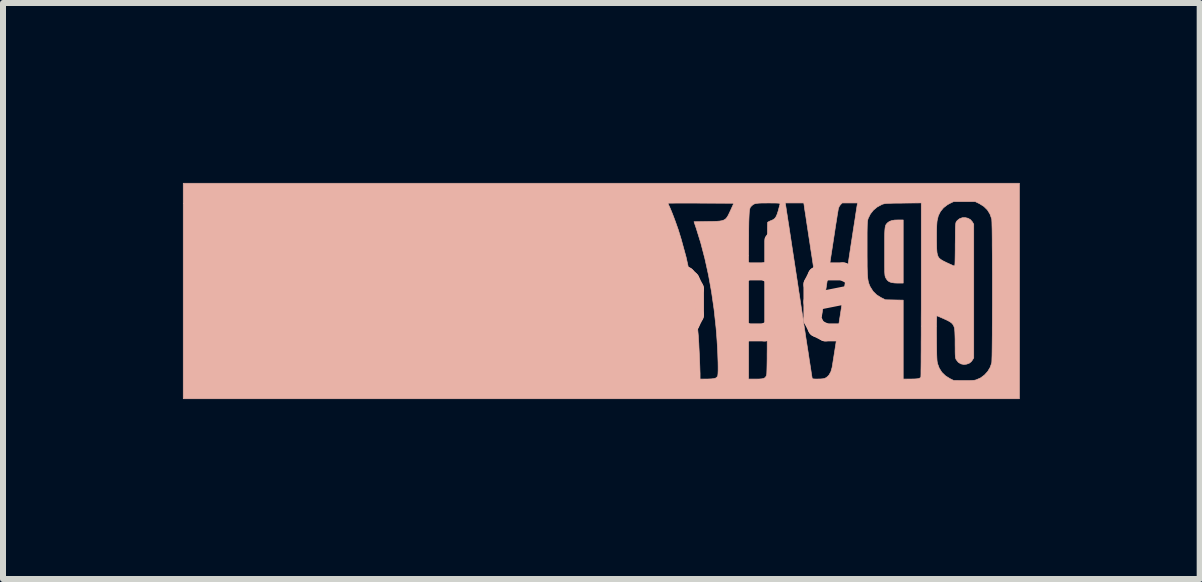
<source format=kicad_pcb>
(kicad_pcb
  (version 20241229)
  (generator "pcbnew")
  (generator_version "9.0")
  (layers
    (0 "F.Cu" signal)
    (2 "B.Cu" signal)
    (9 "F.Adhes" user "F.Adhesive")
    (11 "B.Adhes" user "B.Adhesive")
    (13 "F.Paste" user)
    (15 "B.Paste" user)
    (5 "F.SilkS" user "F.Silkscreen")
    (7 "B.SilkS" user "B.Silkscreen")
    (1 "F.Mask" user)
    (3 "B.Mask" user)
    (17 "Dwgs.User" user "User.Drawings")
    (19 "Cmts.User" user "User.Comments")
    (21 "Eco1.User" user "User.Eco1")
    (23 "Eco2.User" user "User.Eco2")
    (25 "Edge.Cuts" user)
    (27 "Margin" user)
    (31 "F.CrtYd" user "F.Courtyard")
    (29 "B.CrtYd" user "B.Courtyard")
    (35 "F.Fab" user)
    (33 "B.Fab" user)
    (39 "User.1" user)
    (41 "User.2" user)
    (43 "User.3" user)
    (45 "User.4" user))
  (footprint "barcode"
    (layer "F.Cu")
    (at 6.976 1.802)
    (property "Reference" "barcode" (at 0 0 0) (layer "B.SilkS") (effects (font (size 1.524 1.524) (thickness 0.3))))
    (attr through_hole)
    (fp_poly (pts (xy 4.955 -1.185) (xy 4.89 -1.183) (xy 4.84 -1.174) (xy 4.802 -1.159) (xy 4.775 -1.14) (xy 4.763 -1.128) (xy 4.753 -1.116) (xy 4.744 -1.103) (xy 4.738 -1.087) (xy 4.733 -1.066) (xy 4.729 -1.037) (xy 4.726 -1) (xy 4.724 -0.953) (xy 4.723 -0.893) (xy 4.723 -0.82) (xy 4.723 -0.73) (xy 4.723 -0.656) (xy 4.723 -0.559) (xy 4.723 -0.479) (xy 4.723 -0.414) (xy 4.724 -0.363) (xy 4.724 -0.322) (xy 4.726 -0.292) (xy 4.728 -0.269) (xy 4.73 -0.252) (xy 4.734 -0.239) (xy 4.738 -0.228) (xy 4.743 -0.218) (xy 4.744 -0.216) (xy 4.766 -0.182) (xy 4.796 -0.157) (xy 4.835 -0.142) (xy 4.888 -0.134) (xy 4.941 -0.132) (xy 5.033 -0.132) (xy 5.033 -1.185) (xy 4.955 -1.185)) (stroke (width 0.01) (type solid)) (fill yes) (layer "B.SilkS"))
    (fp_poly (pts (xy -6.971 1.797) (xy 6.971 1.797) (xy 6.971 -0.025) (xy 6.52 -0.025) (xy 6.52 0.107) (xy 6.52 0.238) (xy 6.519 0.366) (xy 6.519 0.49) (xy 6.518 0.609) (xy 6.518 0.721) (xy 6.517 0.824) (xy 6.516 0.918) (xy 6.515 1.001) (xy 6.514 1.071) (xy 6.512 1.128) (xy 6.511 1.168) (xy 6.509 1.192) (xy 6.509 1.197) (xy 6.483 1.272) (xy 6.442 1.341) (xy 6.388 1.4) (xy 6.324 1.448) (xy 6.251 1.48) (xy 6.23 1.486) (xy 6.209 1.489) (xy 6.173 1.491) (xy 6.126 1.493) (xy 6.073 1.493) (xy 6.035 1.493) (xy 5.874 1.491) (xy 5.811 1.46) (xy 5.738 1.414) (xy 5.678 1.356) (xy 5.634 1.287) (xy 5.605 1.209) (xy 5.598 1.17) (xy 5.596 1.147) (xy 5.594 1.11) (xy 5.592 1.061) (xy 5.591 1.003) (xy 5.59 0.937) (xy 5.589 0.867) (xy 5.589 0.794) (xy 5.588 0.721) (xy 5.588 0.65) (xy 5.588 0.585) (xy 5.589 0.526) (xy 5.59 0.478) (xy 5.591 0.441) (xy 5.593 0.419) (xy 5.594 0.414) (xy 5.605 0.417) (xy 5.629 0.427) (xy 5.663 0.442) (xy 5.705 0.46) (xy 5.709 0.462) (xy 5.77 0.49) (xy 5.815 0.515) (xy 5.847 0.54) (xy 5.868 0.567) (xy 5.882 0.599) (xy 5.888 0.62) (xy 5.891 0.645) (xy 5.894 0.685) (xy 5.896 0.739) (xy 5.898 0.801) (xy 5.898 0.871) (xy 5.898 0.891) (xy 5.899 0.961) (xy 5.899 1.016) (xy 5.9 1.057) (xy 5.902 1.087) (xy 5.904 1.109) (xy 5.908 1.124) (xy 5.913 1.137) (xy 5.918 1.146) (xy 5.952 1.189) (xy 5.995 1.215) (xy 6.045 1.225) (xy 6.092 1.219) (xy 6.135 1.203) (xy 6.166 1.179) (xy 6.189 1.148) (xy 6.209 1.115) (xy 6.209 0.001) (xy 6.209 -1.113) (xy 6.186 -1.153) (xy 6.154 -1.19) (xy 6.113 -1.213) (xy 6.066 -1.224) (xy 6.018 -1.222) (xy 5.973 -1.206) (xy 5.935 -1.176) (xy 5.924 -1.163) (xy 5.919 -1.155) (xy 5.914 -1.147) (xy 5.911 -1.136) (xy 5.908 -1.12) (xy 5.906 -1.098) (xy 5.904 -1.068) (xy 5.903 -1.028) (xy 5.902 -0.976) (xy 5.902 -0.91) (xy 5.901 -0.828) (xy 5.9 -0.773) (xy 5.9 -0.682) (xy 5.899 -0.607) (xy 5.898 -0.548) (xy 5.897 -0.502) (xy 5.896 -0.468) (xy 5.895 -0.445) (xy 5.892 -0.43) (xy 5.89 -0.421) (xy 5.886 -0.418) (xy 5.882 -0.418) (xy 5.879 -0.419) (xy 5.863 -0.425) (xy 5.835 -0.438) (xy 5.797 -0.455) (xy 5.755 -0.474) (xy 5.753 -0.475) (xy 5.699 -0.502) (xy 5.66 -0.525) (xy 5.633 -0.548) (xy 5.615 -0.574) (xy 5.604 -0.605) (xy 5.597 -0.637) (xy 5.594 -0.667) (xy 5.591 -0.713) (xy 5.59 -0.77) (xy 5.589 -0.834) (xy 5.589 -0.902) (xy 5.589 -0.971) (xy 5.59 -1.036) (xy 5.592 -1.093) (xy 5.595 -1.14) (xy 5.598 -1.17) (xy 5.618 -1.254) (xy 5.654 -1.326) (xy 5.705 -1.388) (xy 5.77 -1.438) (xy 5.802 -1.456) (xy 5.828 -1.469) (xy 5.334 -1.469) (xy 5.334 -0.022) (xy 5.334 0.142) (xy 5.334 0.3) (xy 5.333 0.453) (xy 5.333 0.598) (xy 5.333 0.735) (xy 5.332 0.863) (xy 5.332 0.981) (xy 5.331 1.088) (xy 5.331 1.182) (xy 5.33 1.263) (xy 5.329 1.33) (xy 5.329 1.381) (xy 5.328 1.416) (xy 5.327 1.433) (xy 5.327 1.435) (xy 5.315 1.448) (xy 5.297 1.457) (xy 5.269 1.463) (xy 5.229 1.466) (xy 5.175 1.467) (xy 5.158 1.467) (xy 5.033 1.468) (xy 5.033 0.152) (xy 4.884 0.149) (xy 4.736 0.146) (xy 4.664 0.11) (xy 4.59 0.064) (xy 4.531 0.006) (xy 4.486 -0.065) (xy 4.482 -0.072) (xy 4.471 -0.096) (xy 4.462 -0.12) (xy 4.454 -0.144) (xy 4.448 -0.171) (xy 4.443 -0.203) (xy 4.439 -0.241) (xy 4.436 -0.287) (xy 4.434 -0.343) (xy 4.432 -0.411) (xy 4.432 -0.492) (xy 4.431 -0.588) (xy 4.431 -0.701) (xy 4.431 -0.703) (xy 4.431 -0.808) (xy 4.431 -0.896) (xy 4.431 -0.968) (xy 4.432 -1.027) (xy 4.433 -1.074) (xy 4.434 -1.111) (xy 4.436 -1.14) (xy 4.438 -1.162) (xy 4.441 -1.18) (xy 4.444 -1.194) (xy 4.448 -1.207) (xy 4.449 -1.21) (xy 4.485 -1.283) (xy 4.536 -1.348) (xy 4.6 -1.401) (xy 4.674 -1.441) (xy 4.675 -1.442) (xy 4.691 -1.448) (xy 4.706 -1.452) (xy 4.723 -1.456) (xy 4.745 -1.459) (xy 4.774 -1.461) (xy 4.812 -1.462) (xy 4.861 -1.464) (xy 4.924 -1.465) (xy 5.002 -1.465) (xy 5.031 -1.466) (xy 5.232 -1.468) (xy 4.272 -1.468) (xy 4.267 -1.442) (xy 4.265 -1.429) (xy 4.26 -1.4) (xy 4.253 -1.354) (xy 4.243 -1.292) (xy 4.232 -1.216) (xy 4.218 -1.127) (xy 4.202 -1.026) (xy 4.185 -0.913) (xy 4.166 -0.791) (xy 4.146 -0.659) (xy 4.125 -0.52) (xy 4.102 -0.374) (xy 4.079 -0.222) (xy 4.059 -0.094) (xy 4.035 0.062) (xy 4.012 0.214) (xy 3.99 0.36) (xy 3.968 0.499) (xy 3.948 0.631) (xy 3.929 0.753) (xy 3.912 0.866) (xy 3.896 0.967) (xy 3.882 1.056) (xy 3.87 1.132) (xy 3.86 1.194) (xy 3.853 1.24) (xy 3.848 1.269) (xy 3.846 1.279) (xy 3.826 1.347) (xy 3.796 1.4) (xy 3.776 1.422) (xy 3.753 1.441) (xy 3.729 1.454) (xy 3.7 1.462) (xy 3.661 1.466) (xy 3.61 1.467) (xy 3.568 1.467) (xy 3.541 1.466) (xy 3.526 1.463) (xy 3.518 1.457) (xy 3.514 1.448) (xy 3.514 1.446) (xy 3.512 1.435) (xy 3.507 1.406) (xy 3.5 1.36) (xy 3.491 1.299) (xy 3.479 1.223) (xy 3.465 1.134) (xy 3.45 1.032) (xy 3.432 0.919) (xy 3.413 0.796) (xy 3.393 0.663) (xy 3.371 0.522) (xy 3.349 0.374) (xy 3.325 0.219) (xy 3.301 0.059) (xy 3.292 0.005) (xy 3.268 -0.157) (xy 3.244 -0.313) (xy 3.221 -0.464) (xy 3.199 -0.608) (xy 3.178 -0.744) (xy 3.159 -0.871) (xy 3.141 -0.988) (xy 3.125 -1.094) (xy 3.11 -1.188) (xy 3.098 -1.268) (xy 3.087 -1.335) (xy 3.08 -1.386) (xy 3.074 -1.422) (xy 3.071 -1.44) (xy 3.071 -1.442) (xy 3.068 -1.453) (xy 2.98 -1.453) (xy 2.98 -1.451) (xy 2.975 -1.436) (xy 2.967 -1.406) (xy 2.957 -1.368) (xy 2.949 -1.337) (xy 2.931 -1.281) (xy 2.913 -1.24) (xy 2.892 -1.21) (xy 2.865 -1.19) (xy 2.83 -1.174) (xy 2.823 -1.172) (xy 2.796 -1.16) (xy 2.776 -1.148) (xy 2.771 -1.142) (xy 2.771 -1.131) (xy 2.77 -1.102) (xy 2.769 -1.057) (xy 2.769 -0.996) (xy 2.768 -0.921) (xy 2.768 -0.832) (xy 2.767 -0.732) (xy 2.767 -0.62) (xy 2.767 -0.498) (xy 2.766 -0.368) (xy 2.766 -0.23) (xy 2.766 -0.085) (xy 2.766 0.066) (xy 2.766 0.128) (xy 2.766 0.31) (xy 2.766 0.473) (xy 2.766 0.62) (xy 2.765 0.75) (xy 2.765 0.866) (xy 2.765 0.967) (xy 2.764 1.055) (xy 2.764 1.13) (xy 2.763 1.195) (xy 2.762 1.248) (xy 2.761 1.293) (xy 2.76 1.328) (xy 2.759 1.356) (xy 2.758 1.378) (xy 2.756 1.393) (xy 2.754 1.403) (xy 2.752 1.41) (xy 2.752 1.411) (xy 2.739 1.433) (xy 2.724 1.448) (xy 2.703 1.458) (xy 2.674 1.464) (xy 2.633 1.467) (xy 2.576 1.468) (xy 2.455 1.468) (xy 2.455 0.082) (xy 2.455 -0.112) (xy 2.455 -0.287) (xy 2.455 -0.445) (xy 2.455 -0.588) (xy 2.456 -0.715) (xy 2.456 -0.827) (xy 2.457 -0.927) (xy 2.457 -1.013) (xy 2.458 -1.089) (xy 2.459 -1.153) (xy 2.461 -1.208) (xy 2.463 -1.253) (xy 2.465 -1.291) (xy 2.467 -1.322) (xy 2.47 -1.346) (xy 2.474 -1.366) (xy 2.478 -1.38) (xy 2.482 -1.392) (xy 2.487 -1.4) (xy 2.493 -1.407) (xy 2.499 -1.413) (xy 2.506 -1.42) (xy 2.509 -1.423) (xy 2.525 -1.437) (xy 2.542 -1.448) (xy 2.563 -1.456) (xy 2.59 -1.461) (xy 2.607 -1.463) (xy 2.208 -1.463) (xy 2.157 -1.35) (xy 2.133 -1.299) (xy 2.113 -1.258) (xy 2.093 -1.226) (xy 2.072 -1.202) (xy 2.046 -1.185) (xy 2.013 -1.173) (xy 1.972 -1.166) (xy 1.919 -1.162) (xy 1.852 -1.16) (xy 1.772 -1.159) (xy 1.545 -1.155) (xy 1.582 -1.046) (xy 1.658 -0.801) (xy 1.726 -0.541) (xy 1.786 -0.269) (xy 1.837 0.014) (xy 1.879 0.304) (xy 1.911 0.599) (xy 1.914 0.63) (xy 1.922 0.728) (xy 1.929 0.827) (xy 1.935 0.925) (xy 1.94 1.019) (xy 1.943 1.108) (xy 1.946 1.19) (xy 1.947 1.263) (xy 1.947 1.324) (xy 1.945 1.373) (xy 1.942 1.406) (xy 1.938 1.421) (xy 1.924 1.439) (xy 1.905 1.452) (xy 1.876 1.46) (xy 1.834 1.465) (xy 1.778 1.467) (xy 1.762 1.467) (xy 1.646 1.468) (xy 1.646 1.413) (xy 1.646 1.374) (xy 1.644 1.32) (xy 1.642 1.253) (xy 1.639 1.179) (xy 1.636 1.1) (xy 1.632 1.02) (xy 1.628 0.943) (xy 1.625 0.871) (xy 1.621 0.81) (xy 1.618 0.761) (xy 1.618 0.757) (xy 1.585 0.409) (xy 1.54 0.072) (xy 1.482 -0.253) (xy 1.413 -0.566) (xy 1.331 -0.865) (xy 1.283 -1.021) (xy 1.26 -1.086) (xy 1.236 -1.154) (xy 1.21 -1.224) (xy 1.185 -1.289) (xy 1.161 -1.348) (xy 1.141 -1.395) (xy 1.128 -1.423) (xy 1.117 -1.446) (xy 1.112 -1.461) (xy 1.113 -1.464) (xy 1.122 -1.465) (xy 1.149 -1.465) (xy 1.192 -1.465) (xy 1.248 -1.466) (xy 1.317 -1.466) (xy 1.396 -1.466) (xy 1.483 -1.466) (xy 1.578 -1.466) (xy 1.662 -1.465) (xy 2.208 -1.463) (xy 2.607 -1.463) (xy 2.625 -1.465) (xy 2.672 -1.467) (xy 2.733 -1.467) (xy 2.786 -1.468) (xy 2.852 -1.467) (xy 2.902 -1.467) (xy 2.937 -1.466) (xy 2.96 -1.464) (xy 2.973 -1.462) (xy 2.979 -1.458) (xy 2.98 -1.453) (xy 3.068 -1.453) (xy 3.065 -1.468) (xy 3.375 -1.468) (xy 3.38 -1.437) (xy 3.382 -1.424) (xy 3.386 -1.393) (xy 3.393 -1.346) (xy 3.403 -1.285) (xy 3.414 -1.21) (xy 3.427 -1.123) (xy 3.442 -1.025) (xy 3.458 -0.918) (xy 3.476 -0.803) (xy 3.494 -0.681) (xy 3.514 -0.554) (xy 3.524 -0.487) (xy 3.543 -0.358) (xy 3.562 -0.234) (xy 3.58 -0.117) (xy 3.597 -0.008) (xy 3.613 0.092) (xy 3.627 0.182) (xy 3.639 0.26) (xy 3.65 0.325) (xy 3.658 0.376) (xy 3.664 0.411) (xy 3.668 0.43) (xy 3.669 0.433) (xy 3.671 0.424) (xy 3.676 0.397) (xy 3.683 0.355) (xy 3.692 0.298) (xy 3.704 0.227) (xy 3.717 0.144) (xy 3.731 0.05) (xy 3.748 -0.054) (xy 3.765 -0.166) (xy 3.783 -0.285) (xy 3.802 -0.41) (xy 3.809 -0.454) (xy 3.828 -0.582) (xy 3.847 -0.704) (xy 3.865 -0.821) (xy 3.882 -0.931) (xy 3.897 -1.031) (xy 3.911 -1.122) (xy 3.924 -1.201) (xy 3.934 -1.267) (xy 3.943 -1.319) (xy 3.949 -1.355) (xy 3.952 -1.375) (xy 3.953 -1.377) (xy 3.966 -1.409) (xy 3.986 -1.438) (xy 3.989 -1.441) (xy 4.016 -1.468) (xy 4.272 -1.468) (xy 5.232 -1.468) (xy 5.334 -1.469) (xy 5.828 -1.469) (xy 5.874 -1.491) (xy 6.233 -1.491) (xy 6.305 -1.456) (xy 6.378 -1.41) (xy 6.436 -1.353) (xy 6.479 -1.284) (xy 6.507 -1.205) (xy 6.509 -1.197) (xy 6.51 -1.179) (xy 6.512 -1.145) (xy 6.513 -1.094) (xy 6.515 -1.029) (xy 6.516 -0.951) (xy 6.517 -0.861) (xy 6.517 -0.761) (xy 6.518 -0.652) (xy 6.519 -0.536) (xy 6.519 -0.414) (xy 6.52 -0.287) (xy 6.52 -0.157) (xy 6.52 -0.025) (xy 6.971 -0.025) (xy 6.971 -1.797) (xy -6.971 -1.797) (xy -6.971 1.797)) (stroke (width 0.01) (type solid)) (fill yes) (layer "B.SilkS")))
  (gr_rect
    (start -3 -3)
    (end 16.952 6.604)
    (stroke (width 0.1) (type default))
    (fill no)
    (layer "Edge.Cuts")))
</source>
